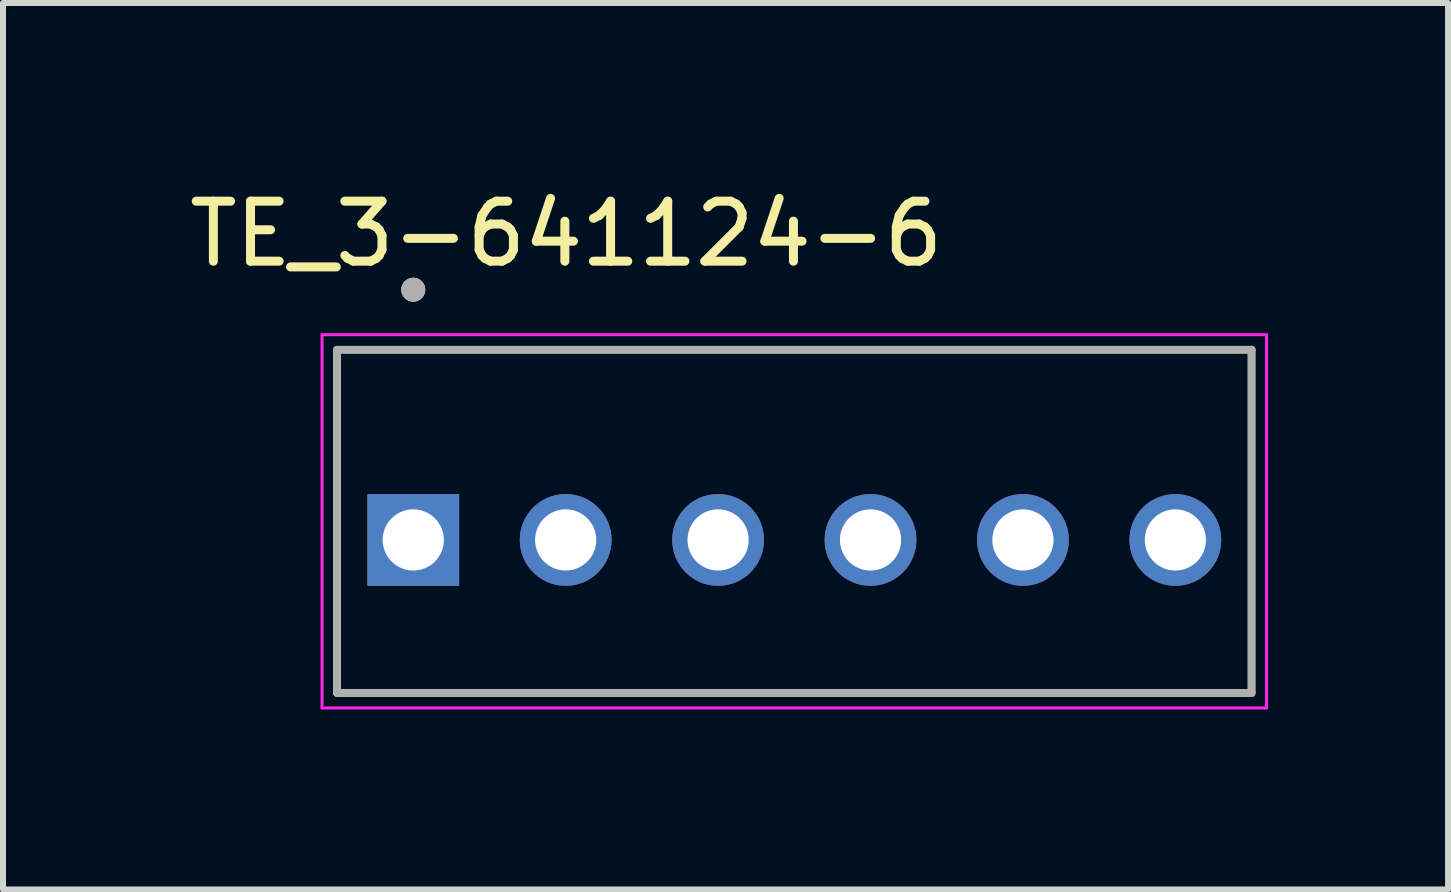
<source format=kicad_pcb>
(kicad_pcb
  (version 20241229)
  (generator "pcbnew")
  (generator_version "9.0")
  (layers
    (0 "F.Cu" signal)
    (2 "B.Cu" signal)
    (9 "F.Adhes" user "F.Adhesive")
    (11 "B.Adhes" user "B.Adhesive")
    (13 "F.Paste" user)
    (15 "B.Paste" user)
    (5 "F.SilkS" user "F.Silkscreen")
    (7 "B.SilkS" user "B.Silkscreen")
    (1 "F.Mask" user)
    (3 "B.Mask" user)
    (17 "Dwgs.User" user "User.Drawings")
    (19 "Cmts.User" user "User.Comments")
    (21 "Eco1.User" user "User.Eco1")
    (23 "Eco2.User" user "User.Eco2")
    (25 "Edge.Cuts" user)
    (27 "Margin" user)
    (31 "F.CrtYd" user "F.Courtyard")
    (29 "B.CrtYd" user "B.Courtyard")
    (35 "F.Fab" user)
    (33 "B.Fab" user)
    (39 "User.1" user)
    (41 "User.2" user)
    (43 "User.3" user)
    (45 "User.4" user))
  (footprint "TE_3-641124-6"
    (layer "F.Cu")
    (at 10.187 5.948)
    (property "Reference" "TE_3-641124-6" (at -3.8 -5.1 0) (layer "F.SilkS") (effects (font (size 1 1) (thickness 0.15))))
    (attr through_hole)
    (fp_line (start -7.62 -3.17) (end 7.62 -3.17) (stroke (width 0.127) (type solid)) (layer "F.SilkS"))
    (fp_line (start -7.62 2.55) (end -7.62 -3.17) (stroke (width 0.127) (type solid)) (layer "F.SilkS"))
    (fp_line (start 7.62 -3.17) (end 7.62 2.55) (stroke (width 0.127) (type solid)) (layer "F.SilkS"))
    (fp_line (start 7.62 2.55) (end -7.62 2.55) (stroke (width 0.127) (type solid)) (layer "F.SilkS"))
    (fp_circle (center -6.35 -4.17) (end -6.25 -4.17) (stroke (width 0.2) (type solid)) (fill no) (layer "F.SilkS"))
    (fp_line (start -7.87 -3.42) (end 7.87 -3.42) (stroke (width 0.05) (type solid)) (layer "F.CrtYd"))
    (fp_line (start -7.87 2.8) (end -7.87 -3.42) (stroke (width 0.05) (type solid)) (layer "F.CrtYd"))
    (fp_line (start 7.87 -3.42) (end 7.87 2.8) (stroke (width 0.05) (type solid)) (layer "F.CrtYd"))
    (fp_line (start 7.87 2.8) (end -7.87 2.8) (stroke (width 0.05) (type solid)) (layer "F.CrtYd"))
    (fp_line (start -7.62 -3.17) (end 7.62 -3.17) (stroke (width 0.127) (type solid)) (layer "F.Fab"))
    (fp_line (start -7.62 2.55) (end -7.62 -3.17) (stroke (width 0.127) (type solid)) (layer "F.Fab"))
    (fp_line (start 7.62 -3.17) (end 7.62 2.55) (stroke (width 0.127) (type solid)) (layer "F.Fab"))
    (fp_line (start 7.62 2.55) (end -7.62 2.55) (stroke (width 0.127) (type solid)) (layer "F.Fab"))
    (fp_circle (center -6.35 -4.17) (end -6.25 -4.17) (stroke (width 0.2) (type solid)) (fill no) (layer "F.Fab"))
    (pad "1" thru_hole rect (at -6.35 0) (size 1.53 1.53) (drill 1.02) (layers "*.Cu" "*.Mask"))
    (pad "2" thru_hole circle (at -3.81 0) (size 1.53 1.53) (drill 1.02) (layers "*.Cu" "*.Mask"))
    (pad "3" thru_hole circle (at -1.27 0) (size 1.53 1.53) (drill 1.02) (layers "*.Cu" "*.Mask"))
    (pad "4" thru_hole circle (at 1.27 0) (size 1.53 1.53) (drill 1.02) (layers "*.Cu" "*.Mask"))
    (pad "5" thru_hole circle (at 3.81 0) (size 1.53 1.53) (drill 1.02) (layers "*.Cu" "*.Mask"))
    (pad "6" thru_hole circle (at 6.35 0) (size 1.53 1.53) (drill 1.02) (layers "*.Cu" "*.Mask")))
  (gr_rect
    (start -3 -3)
    (end 21.082 11.773)
    (stroke (width 0.1) (type default))
    (fill no)
    (layer "Edge.Cuts")))
</source>
